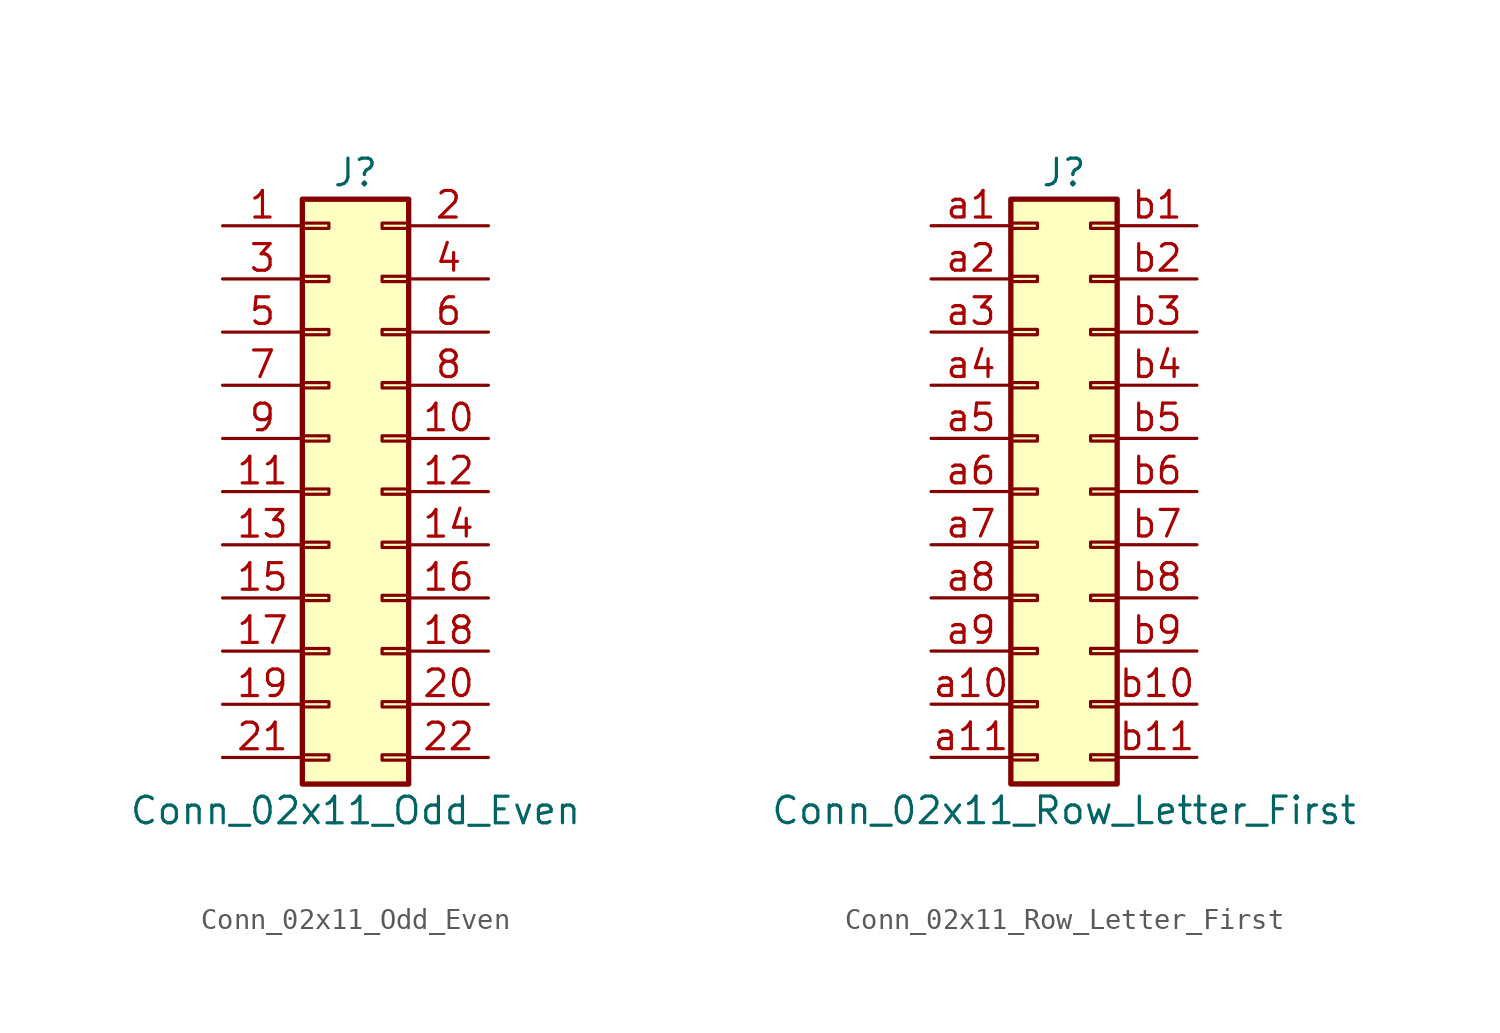
<source format=kicad_sym>
(kicad_symbol_lib
  (version 20211014)
  (generator kicad_symbol_editor)
  (symbol "Conn_02x11_Odd_Even"
    (pin_names
      (offset 1.016) hide)
    (property "Reference" "J"
      (at 1.27 15.24 0)
      (effects (font (size 1.27 1.27))))
    (property "Value" "Conn_02x11_Odd_Even"
      (at 1.27 -15.24 0)
      (effects (font (size 1.27 1.27))))
    (symbol "Conn_02x11_Odd_Even_1_1"
      (rectangle (start -1.27 -12.573) (end 0 -12.827) (stroke (width 0.152) (type default) (color 0 0 0 0)) (fill (type none)))
      (rectangle (start -1.27 -10.033) (end 0 -10.287) (stroke (width 0.152) (type default) (color 0 0 0 0)) (fill (type none)))
      (rectangle (start -1.27 -7.493) (end 0 -7.747) (stroke (width 0.152) (type default) (color 0 0 0 0)) (fill (type none)))
      (rectangle (start -1.27 -4.953) (end 0 -5.207) (stroke (width 0.152) (type default) (color 0 0 0 0)) (fill (type none)))
      (rectangle (start -1.27 -2.413) (end 0 -2.667) (stroke (width 0.152) (type default) (color 0 0 0 0)) (fill (type none)))
      (rectangle (start -1.27 0.127) (end 0 -0.127) (stroke (width 0.152) (type default) (color 0 0 0 0)) (fill (type none)))
      (rectangle (start -1.27 2.667) (end 0 2.413) (stroke (width 0.152) (type default) (color 0 0 0 0)) (fill (type none)))
      (rectangle (start -1.27 5.207) (end 0 4.953) (stroke (width 0.152) (type default) (color 0 0 0 0)) (fill (type none)))
      (rectangle (start -1.27 7.747) (end 0 7.493) (stroke (width 0.152) (type default) (color 0 0 0 0)) (fill (type none)))
      (rectangle (start -1.27 10.287) (end 0 10.033) (stroke (width 0.152) (type default) (color 0 0 0 0)) (fill (type none)))
      (rectangle (start -1.27 12.827) (end 0 12.573) (stroke (width 0.152) (type default) (color 0 0 0 0)) (fill (type none)))
      (rectangle (start -1.27 13.97) (end 3.81 -13.97) (stroke (width 0.254) (type default) (color 0 0 0 0)) (fill (type background)))
      (rectangle (start 3.81 -12.573) (end 2.54 -12.827) (stroke (width 0.152) (type default) (color 0 0 0 0)) (fill (type none)))
      (rectangle (start 3.81 -10.033) (end 2.54 -10.287) (stroke (width 0.152) (type default) (color 0 0 0 0)) (fill (type none)))
      (rectangle (start 3.81 -7.493) (end 2.54 -7.747) (stroke (width 0.152) (type default) (color 0 0 0 0)) (fill (type none)))
      (rectangle (start 3.81 -4.953) (end 2.54 -5.207) (stroke (width 0.152) (type default) (color 0 0 0 0)) (fill (type none)))
      (rectangle (start 3.81 -2.413) (end 2.54 -2.667) (stroke (width 0.152) (type default) (color 0 0 0 0)) (fill (type none)))
      (rectangle (start 3.81 0.127) (end 2.54 -0.127) (stroke (width 0.152) (type default) (color 0 0 0 0)) (fill (type none)))
      (rectangle (start 3.81 2.667) (end 2.54 2.413) (stroke (width 0.152) (type default) (color 0 0 0 0)) (fill (type none)))
      (rectangle (start 3.81 5.207) (end 2.54 4.953) (stroke (width 0.152) (type default) (color 0 0 0 0)) (fill (type none)))
      (rectangle (start 3.81 7.747) (end 2.54 7.493) (stroke (width 0.152) (type default) (color 0 0 0 0)) (fill (type none)))
      (rectangle (start 3.81 10.287) (end 2.54 10.033) (stroke (width 0.152) (type default) (color 0 0 0 0)) (fill (type none)))
      (rectangle (start 3.81 12.827) (end 2.54 12.573) (stroke (width 0.152) (type default) (color 0 0 0 0)) (fill (type none)))
      (pin passive line (at -5.08 12.7 0) (length 3.81) (name "Pin_1" (effects (font (size 1.27 1.27)))) (number "1" (effects (font (size 1.27 1.27)))))
      (pin passive line (at 7.62 2.54 180) (length 3.81) (name "Pin_10" (effects (font (size 1.27 1.27)))) (number "10" (effects (font (size 1.27 1.27)))))
      (pin passive line (at -5.08 0 0) (length 3.81) (name "Pin_11" (effects (font (size 1.27 1.27)))) (number "11" (effects (font (size 1.27 1.27)))))
      (pin passive line (at 7.62 0 180) (length 3.81) (name "Pin_12" (effects (font (size 1.27 1.27)))) (number "12" (effects (font (size 1.27 1.27)))))
      (pin passive line (at -5.08 -2.54 0) (length 3.81) (name "Pin_13" (effects (font (size 1.27 1.27)))) (number "13" (effects (font (size 1.27 1.27)))))
      (pin passive line (at 7.62 -2.54 180) (length 3.81) (name "Pin_14" (effects (font (size 1.27 1.27)))) (number "14" (effects (font (size 1.27 1.27)))))
      (pin passive line (at -5.08 -5.08 0) (length 3.81) (name "Pin_15" (effects (font (size 1.27 1.27)))) (number "15" (effects (font (size 1.27 1.27)))))
      (pin passive line (at 7.62 -5.08 180) (length 3.81) (name "Pin_16" (effects (font (size 1.27 1.27)))) (number "16" (effects (font (size 1.27 1.27)))))
      (pin passive line (at -5.08 -7.62 0) (length 3.81) (name "Pin_17" (effects (font (size 1.27 1.27)))) (number "17" (effects (font (size 1.27 1.27)))))
      (pin passive line (at 7.62 -7.62 180) (length 3.81) (name "Pin_18" (effects (font (size 1.27 1.27)))) (number "18" (effects (font (size 1.27 1.27)))))
      (pin passive line (at -5.08 -10.16 0) (length 3.81) (name "Pin_19" (effects (font (size 1.27 1.27)))) (number "19" (effects (font (size 1.27 1.27)))))
      (pin passive line (at 7.62 12.7 180) (length 3.81) (name "Pin_2" (effects (font (size 1.27 1.27)))) (number "2" (effects (font (size 1.27 1.27)))))
      (pin passive line (at 7.62 -10.16 180) (length 3.81) (name "Pin_20" (effects (font (size 1.27 1.27)))) (number "20" (effects (font (size 1.27 1.27)))))
      (pin passive line (at -5.08 -12.7 0) (length 3.81) (name "Pin_21" (effects (font (size 1.27 1.27)))) (number "21" (effects (font (size 1.27 1.27)))))
      (pin passive line (at 7.62 -12.7 180) (length 3.81) (name "Pin_22" (effects (font (size 1.27 1.27)))) (number "22" (effects (font (size 1.27 1.27)))))
      (pin passive line (at -5.08 10.16 0) (length 3.81) (name "Pin_3" (effects (font (size 1.27 1.27)))) (number "3" (effects (font (size 1.27 1.27)))))
      (pin passive line (at 7.62 10.16 180) (length 3.81) (name "Pin_4" (effects (font (size 1.27 1.27)))) (number "4" (effects (font (size 1.27 1.27)))))
      (pin passive line (at -5.08 7.62 0) (length 3.81) (name "Pin_5" (effects (font (size 1.27 1.27)))) (number "5" (effects (font (size 1.27 1.27)))))
      (pin passive line (at 7.62 7.62 180) (length 3.81) (name "Pin_6" (effects (font (size 1.27 1.27)))) (number "6" (effects (font (size 1.27 1.27)))))
      (pin passive line (at -5.08 5.08 0) (length 3.81) (name "Pin_7" (effects (font (size 1.27 1.27)))) (number "7" (effects (font (size 1.27 1.27)))))
      (pin passive line (at 7.62 5.08 180) (length 3.81) (name "Pin_8" (effects (font (size 1.27 1.27)))) (number "8" (effects (font (size 1.27 1.27)))))
      (pin passive line (at -5.08 2.54 0) (length 3.81) (name "Pin_9" (effects (font (size 1.27 1.27)))) (number "9" (effects (font (size 1.27 1.27)))))))
  (symbol "Conn_02x11_Row_Letter_First"
    (pin_names
      (offset 1.016) hide)
    (property "Reference" "J"
      (at 1.27 15.24 0)
      (effects (font (size 1.27 1.27))))
    (property "Value" "Conn_02x11_Row_Letter_First"
      (at 1.27 -15.24 0)
      (effects (font (size 1.27 1.27))))
    (symbol "Conn_02x11_Row_Letter_First_1_1"
      (rectangle (start -1.27 -12.573) (end 0 -12.827) (stroke (width 0.152) (type default) (color 0 0 0 0)) (fill (type none)))
      (rectangle (start -1.27 -10.033) (end 0 -10.287) (stroke (width 0.152) (type default) (color 0 0 0 0)) (fill (type none)))
      (rectangle (start -1.27 -7.493) (end 0 -7.747) (stroke (width 0.152) (type default) (color 0 0 0 0)) (fill (type none)))
      (rectangle (start -1.27 -4.953) (end 0 -5.207) (stroke (width 0.152) (type default) (color 0 0 0 0)) (fill (type none)))
      (rectangle (start -1.27 -2.413) (end 0 -2.667) (stroke (width 0.152) (type default) (color 0 0 0 0)) (fill (type none)))
      (rectangle (start -1.27 0.127) (end 0 -0.127) (stroke (width 0.152) (type default) (color 0 0 0 0)) (fill (type none)))
      (rectangle (start -1.27 2.667) (end 0 2.413) (stroke (width 0.152) (type default) (color 0 0 0 0)) (fill (type none)))
      (rectangle (start -1.27 5.207) (end 0 4.953) (stroke (width 0.152) (type default) (color 0 0 0 0)) (fill (type none)))
      (rectangle (start -1.27 7.747) (end 0 7.493) (stroke (width 0.152) (type default) (color 0 0 0 0)) (fill (type none)))
      (rectangle (start -1.27 10.287) (end 0 10.033) (stroke (width 0.152) (type default) (color 0 0 0 0)) (fill (type none)))
      (rectangle (start -1.27 12.827) (end 0 12.573) (stroke (width 0.152) (type default) (color 0 0 0 0)) (fill (type none)))
      (rectangle (start -1.27 13.97) (end 3.81 -13.97) (stroke (width 0.254) (type default) (color 0 0 0 0)) (fill (type background)))
      (rectangle (start 3.81 -12.573) (end 2.54 -12.827) (stroke (width 0.152) (type default) (color 0 0 0 0)) (fill (type none)))
      (rectangle (start 3.81 -10.033) (end 2.54 -10.287) (stroke (width 0.152) (type default) (color 0 0 0 0)) (fill (type none)))
      (rectangle (start 3.81 -7.493) (end 2.54 -7.747) (stroke (width 0.152) (type default) (color 0 0 0 0)) (fill (type none)))
      (rectangle (start 3.81 -4.953) (end 2.54 -5.207) (stroke (width 0.152) (type default) (color 0 0 0 0)) (fill (type none)))
      (rectangle (start 3.81 -2.413) (end 2.54 -2.667) (stroke (width 0.152) (type default) (color 0 0 0 0)) (fill (type none)))
      (rectangle (start 3.81 0.127) (end 2.54 -0.127) (stroke (width 0.152) (type default) (color 0 0 0 0)) (fill (type none)))
      (rectangle (start 3.81 2.667) (end 2.54 2.413) (stroke (width 0.152) (type default) (color 0 0 0 0)) (fill (type none)))
      (rectangle (start 3.81 5.207) (end 2.54 4.953) (stroke (width 0.152) (type default) (color 0 0 0 0)) (fill (type none)))
      (rectangle (start 3.81 7.747) (end 2.54 7.493) (stroke (width 0.152) (type default) (color 0 0 0 0)) (fill (type none)))
      (rectangle (start 3.81 10.287) (end 2.54 10.033) (stroke (width 0.152) (type default) (color 0 0 0 0)) (fill (type none)))
      (rectangle (start 3.81 12.827) (end 2.54 12.573) (stroke (width 0.152) (type default) (color 0 0 0 0)) (fill (type none)))
      (pin passive line (at -5.08 12.7 0) (length 3.81) (name "Pin_a1" (effects (font (size 1.27 1.27)))) (number "a1" (effects (font (size 1.27 1.27)))))
      (pin passive line (at -5.08 -10.16 0) (length 3.81) (name "Pin_a10" (effects (font (size 1.27 1.27)))) (number "a10" (effects (font (size 1.27 1.27)))))
      (pin passive line (at -5.08 -12.7 0) (length 3.81) (name "Pin_a11" (effects (font (size 1.27 1.27)))) (number "a11" (effects (font (size 1.27 1.27)))))
      (pin passive line (at -5.08 10.16 0) (length 3.81) (name "Pin_a2" (effects (font (size 1.27 1.27)))) (number "a2" (effects (font (size 1.27 1.27)))))
      (pin passive line (at -5.08 7.62 0) (length 3.81) (name "Pin_a3" (effects (font (size 1.27 1.27)))) (number "a3" (effects (font (size 1.27 1.27)))))
      (pin passive line (at -5.08 5.08 0) (length 3.81) (name "Pin_a4" (effects (font (size 1.27 1.27)))) (number "a4" (effects (font (size 1.27 1.27)))))
      (pin passive line (at -5.08 2.54 0) (length 3.81) (name "Pin_a5" (effects (font (size 1.27 1.27)))) (number "a5" (effects (font (size 1.27 1.27)))))
      (pin passive line (at -5.08 0 0) (length 3.81) (name "Pin_a6" (effects (font (size 1.27 1.27)))) (number "a6" (effects (font (size 1.27 1.27)))))
      (pin passive line (at -5.08 -2.54 0) (length 3.81) (name "Pin_a7" (effects (font (size 1.27 1.27)))) (number "a7" (effects (font (size 1.27 1.27)))))
      (pin passive line (at -5.08 -5.08 0) (length 3.81) (name "Pin_a8" (effects (font (size 1.27 1.27)))) (number "a8" (effects (font (size 1.27 1.27)))))
      (pin passive line (at -5.08 -7.62 0) (length 3.81) (name "Pin_a9" (effects (font (size 1.27 1.27)))) (number "a9" (effects (font (size 1.27 1.27)))))
      (pin passive line (at 7.62 12.7 180) (length 3.81) (name "Pin_b1" (effects (font (size 1.27 1.27)))) (number "b1" (effects (font (size 1.27 1.27)))))
      (pin passive line (at 7.62 -10.16 180) (length 3.81) (name "Pin_b10" (effects (font (size 1.27 1.27)))) (number "b10" (effects (font (size 1.27 1.27)))))
      (pin passive line (at 7.62 -12.7 180) (length 3.81) (name "Pin_b11" (effects (font (size 1.27 1.27)))) (number "b11" (effects (font (size 1.27 1.27)))))
      (pin passive line (at 7.62 10.16 180) (length 3.81) (name "Pin_b2" (effects (font (size 1.27 1.27)))) (number "b2" (effects (font (size 1.27 1.27)))))
      (pin passive line (at 7.62 7.62 180) (length 3.81) (name "Pin_b3" (effects (font (size 1.27 1.27)))) (number "b3" (effects (font (size 1.27 1.27)))))
      (pin passive line (at 7.62 5.08 180) (length 3.81) (name "Pin_b4" (effects (font (size 1.27 1.27)))) (number "b4" (effects (font (size 1.27 1.27)))))
      (pin passive line (at 7.62 2.54 180) (length 3.81) (name "Pin_b5" (effects (font (size 1.27 1.27)))) (number "b5" (effects (font (size 1.27 1.27)))))
      (pin passive line (at 7.62 0 180) (length 3.81) (name "Pin_b6" (effects (font (size 1.27 1.27)))) (number "b6" (effects (font (size 1.27 1.27)))))
      (pin passive line (at 7.62 -2.54 180) (length 3.81) (name "Pin_b7" (effects (font (size 1.27 1.27)))) (number "b7" (effects (font (size 1.27 1.27)))))
      (pin passive line (at 7.62 -5.08 180) (length 3.81) (name "Pin_b8" (effects (font (size 1.27 1.27)))) (number "b8" (effects (font (size 1.27 1.27)))))
      (pin passive line (at 7.62 -7.62 180) (length 3.81) (name "Pin_b9" (effects (font (size 1.27 1.27)))) (number "b9" (effects (font (size 1.27 1.27))))))))
</source>
